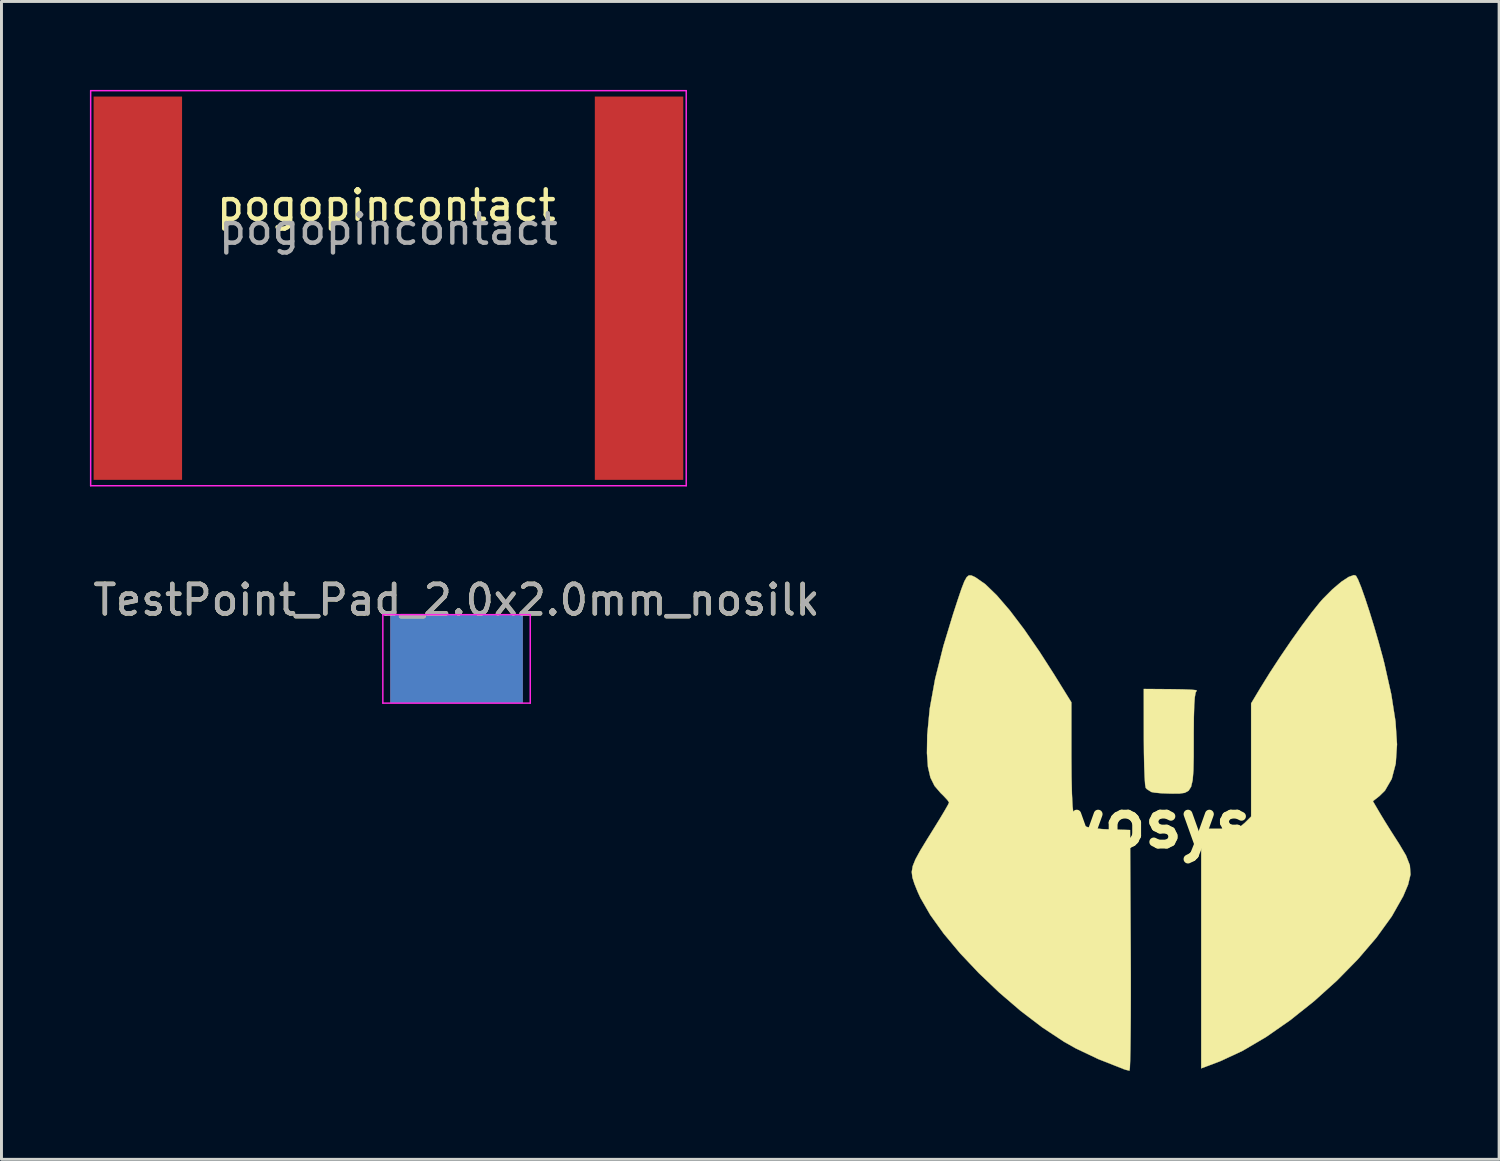
<source format=kicad_pcb>
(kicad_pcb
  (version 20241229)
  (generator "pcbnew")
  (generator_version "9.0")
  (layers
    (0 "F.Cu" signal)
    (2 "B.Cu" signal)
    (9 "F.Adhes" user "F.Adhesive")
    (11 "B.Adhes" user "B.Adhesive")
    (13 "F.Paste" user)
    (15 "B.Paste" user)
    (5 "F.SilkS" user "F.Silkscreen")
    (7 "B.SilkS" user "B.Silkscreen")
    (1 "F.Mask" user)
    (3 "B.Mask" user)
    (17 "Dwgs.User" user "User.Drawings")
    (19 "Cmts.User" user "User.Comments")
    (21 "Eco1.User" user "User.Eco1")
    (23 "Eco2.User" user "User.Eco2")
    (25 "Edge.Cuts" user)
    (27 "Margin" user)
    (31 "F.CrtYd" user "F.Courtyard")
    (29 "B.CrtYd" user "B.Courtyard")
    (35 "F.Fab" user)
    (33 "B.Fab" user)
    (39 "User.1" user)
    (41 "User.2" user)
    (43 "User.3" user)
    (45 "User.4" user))
  (footprint "TestPoint_Pad_2.0x2.0mm_nosilk"
    (layer "F.Cu")
    (at 12.435 19.298)
    (property "Reference" "TestPoint_Pad_2.0x2.0mm_nosilk" (at 0 -1.998 0) (layer "F.SilkS") (effects (font (size 1 1) (thickness 0.15))))
    (attr exclude_from_pos_files exclude_from_bom)
    (fp_line (start -2.5 -1.5) (end -2.5 1.5) (stroke (width 0.05) (type solid)) (layer "F.CrtYd"))
    (fp_line (start -2.5 -1.5) (end 2.5 -1.5) (stroke (width 0.05) (type solid)) (layer "F.CrtYd"))
    (fp_line (start 2.5 1.5) (end -2.5 1.5) (stroke (width 0.05) (type solid)) (layer "F.CrtYd"))
    (fp_line (start 2.5 1.5) (end 2.5 -1.5) (stroke (width 0.05) (type solid)) (layer "F.CrtYd"))
    (fp_text user "${REFERENCE}" (at 0 -2 0) (layer "F.Fab") (effects (font (size 1 1) (thickness 0.15))))
    (pad "1" smd rect (at 0 0) (size 4.5 3) (layers "F.Cu" "F.Mask"))
    (pad "1" smd rect (at 0 0) (size 4.5 3) (layers "B.Cu" "B.Mask")))
  (footprint "yosys"
    (layer "F.Cu")
    (at 36.337 24.89)
    (property "Reference" "yosys" (at 0 0 0) (layer "F.SilkS") (effects (font (size 1.524 1.524) (thickness 0.3))))
    (attr through_hole)
    (fp_poly (pts (xy 0.36 -4.565) (xy 0.726 -4.559) (xy 1.008 -4.548) (xy 1.177 -4.532) (xy 1.206 -4.516) (xy 1.167 -4.454) (xy 1.138 -4.295) (xy 1.118 -4.022) (xy 1.106 -3.618) (xy 1.101 -3.065) (xy 1.101 -2.878) (xy 1.1 -2.271) (xy 1.091 -1.812) (xy 1.065 -1.481) (xy 1.013 -1.258) (xy 0.928 -1.121) (xy 0.799 -1.05) (xy 0.618 -1.024) (xy 0.376 -1.022) (xy 0.311 -1.023) (xy 0.013 -1.034) (xy -0.228 -1.056) (xy -0.339 -1.078) (xy -0.491 -1.177) (xy -0.528 -1.219) (xy -0.547 -1.33) (xy -0.564 -1.581) (xy -0.578 -1.947) (xy -0.587 -2.398) (xy -0.591 -2.908) (xy -0.591 -2.942) (xy -0.593 -4.572) (xy 0.36 -4.565)) (stroke (width 0.01) (type solid)) (fill yes) (layer "F.SilkS"))
    (fp_poly (pts (xy 6.603 -8.414) (xy 6.676 -8.282) (xy 6.784 -8.015) (xy 6.916 -7.641) (xy 7.064 -7.19) (xy 7.219 -6.689) (xy 7.371 -6.167) (xy 7.512 -5.653) (xy 7.566 -5.442) (xy 7.802 -4.388) (xy 7.945 -3.473) (xy 7.996 -2.692) (xy 7.953 -2.042) (xy 7.817 -1.521) (xy 7.587 -1.124) (xy 7.401 -0.941) (xy 7.178 -0.766) (xy 7.415 -0.362) (xy 7.577 -0.094) (xy 7.791 0.249) (xy 8.016 0.601) (xy 8.059 0.667) (xy 8.301 1.074) (xy 8.432 1.408) (xy 8.454 1.721) (xy 8.372 2.064) (xy 8.207 2.455) (xy 7.82 3.139) (xy 7.3 3.859) (xy 6.671 4.593) (xy 5.958 5.32) (xy 5.185 6.016) (xy 4.377 6.66) (xy 3.559 7.23) (xy 2.757 7.702) (xy 1.994 8.056) (xy 1.926 8.082) (xy 1.355 8.296) (xy 1.355 0.169) (xy 1.994 0.169) (xy 2.333 0.163) (xy 2.553 0.136) (xy 2.703 0.076) (xy 2.83 -0.028) (xy 2.84 -0.038) (xy 3.048 -0.246) (xy 3.048 -4.084) (xy 3.359 -4.603) (xy 3.677 -5.116) (xy 4.033 -5.661) (xy 4.403 -6.205) (xy 4.765 -6.715) (xy 5.097 -7.16) (xy 5.376 -7.508) (xy 5.483 -7.629) (xy 5.805 -7.952) (xy 6.103 -8.205) (xy 6.354 -8.371) (xy 6.534 -8.435) (xy 6.603 -8.414)) (stroke (width 0.01) (type solid)) (fill yes) (layer "F.SilkS"))
    (fp_poly (pts (xy -6.443 -8.423) (xy -6.342 -8.379) (xy -6.298 -8.356) (xy -5.968 -8.126) (xy -5.579 -7.749) (xy -5.137 -7.236) (xy -4.65 -6.593) (xy -4.126 -5.832) (xy -3.648 -5.087) (xy -3.048 -4.119) (xy -3.048 -2.275) (xy -3.043 -1.584) (xy -3.03 -1.02) (xy -3.008 -0.595) (xy -2.978 -0.32) (xy -2.954 -0.225) (xy -2.84 -0.051) (xy -2.665 0.067) (xy -2.398 0.141) (xy -2.009 0.18) (xy -1.778 0.19) (xy -1.058 0.212) (xy -1.036 4.297) (xy -1.033 5.11) (xy -1.033 5.869) (xy -1.035 6.558) (xy -1.04 7.16) (xy -1.046 7.659) (xy -1.055 8.039) (xy -1.065 8.283) (xy -1.078 8.375) (xy -1.079 8.375) (xy -1.209 8.343) (xy -1.27 8.323) (xy -2.137 7.981) (xy -2.902 7.617) (xy -3.299 7.393) (xy -4.032 6.909) (xy -4.772 6.345) (xy -5.497 5.723) (xy -6.187 5.065) (xy -6.821 4.394) (xy -7.377 3.729) (xy -7.834 3.093) (xy -8.171 2.508) (xy -8.264 2.304) (xy -8.372 2.037) (xy -8.44 1.824) (xy -8.463 1.635) (xy -8.431 1.439) (xy -8.339 1.209) (xy -8.177 0.913) (xy -7.94 0.523) (xy -7.736 0.195) (xy -7.527 -0.144) (xy -7.356 -0.429) (xy -7.24 -0.631) (xy -7.197 -0.721) (xy -7.197 -0.721) (xy -7.253 -0.805) (xy -7.396 -0.958) (xy -7.485 -1.045) (xy -7.689 -1.283) (xy -7.83 -1.568) (xy -7.914 -1.93) (xy -7.947 -2.396) (xy -7.938 -2.999) (xy -7.938 -3.006) (xy -7.853 -3.903) (xy -7.671 -4.908) (xy -7.389 -6.032) (xy -7.062 -7.108) (xy -6.897 -7.614) (xy -6.773 -7.979) (xy -6.678 -8.223) (xy -6.599 -8.365) (xy -6.525 -8.425) (xy -6.443 -8.423)) (stroke (width 0.01) (type solid)) (fill yes) (layer "F.SilkS")))
  (footprint "pogopincontact"
    (layer "F.Cu")
    (at 10.125 6.725)
    (property "Reference" "pogopincontact" (at -0.07 -2.81 0) (layer "F.SilkS") (effects (font (size 1 1) (thickness 0.15))))
    (attr exclude_from_pos_files exclude_from_bom)
    (fp_line (start -10.1 -6.7) (end 10.1 -6.7) (stroke (width 0.05) (type solid)) (layer "F.CrtYd"))
    (fp_line (start -10.1 6.7) (end -10.1 -6.7) (stroke (width 0.05) (type default)) (layer "F.CrtYd"))
    (fp_line (start 10.1 6.7) (end -10.1 6.7) (stroke (width 0.05) (type solid)) (layer "F.CrtYd"))
    (fp_line (start 10.1 6.7) (end 10.1 -6.7) (stroke (width 0.05) (type solid)) (layer "F.CrtYd"))
    (fp_text user "${REFERENCE}" (at 0 -2 0) (layer "F.Fab") (effects (font (size 1 1) (thickness 0.15))))
    (pad "1" smd rect (at -8.5 0) (size 3 13) (layers "F.Cu" "F.Mask"))
    (pad "2" smd rect (at 8.5 0) (size 3 13) (layers "F.Cu" "F.Mask")))
  (gr_rect
    (start -3 -3)
    (end 47.796 36.271)
    (stroke (width 0.1) (type default))
    (fill no)
    (layer "Edge.Cuts")))
</source>
